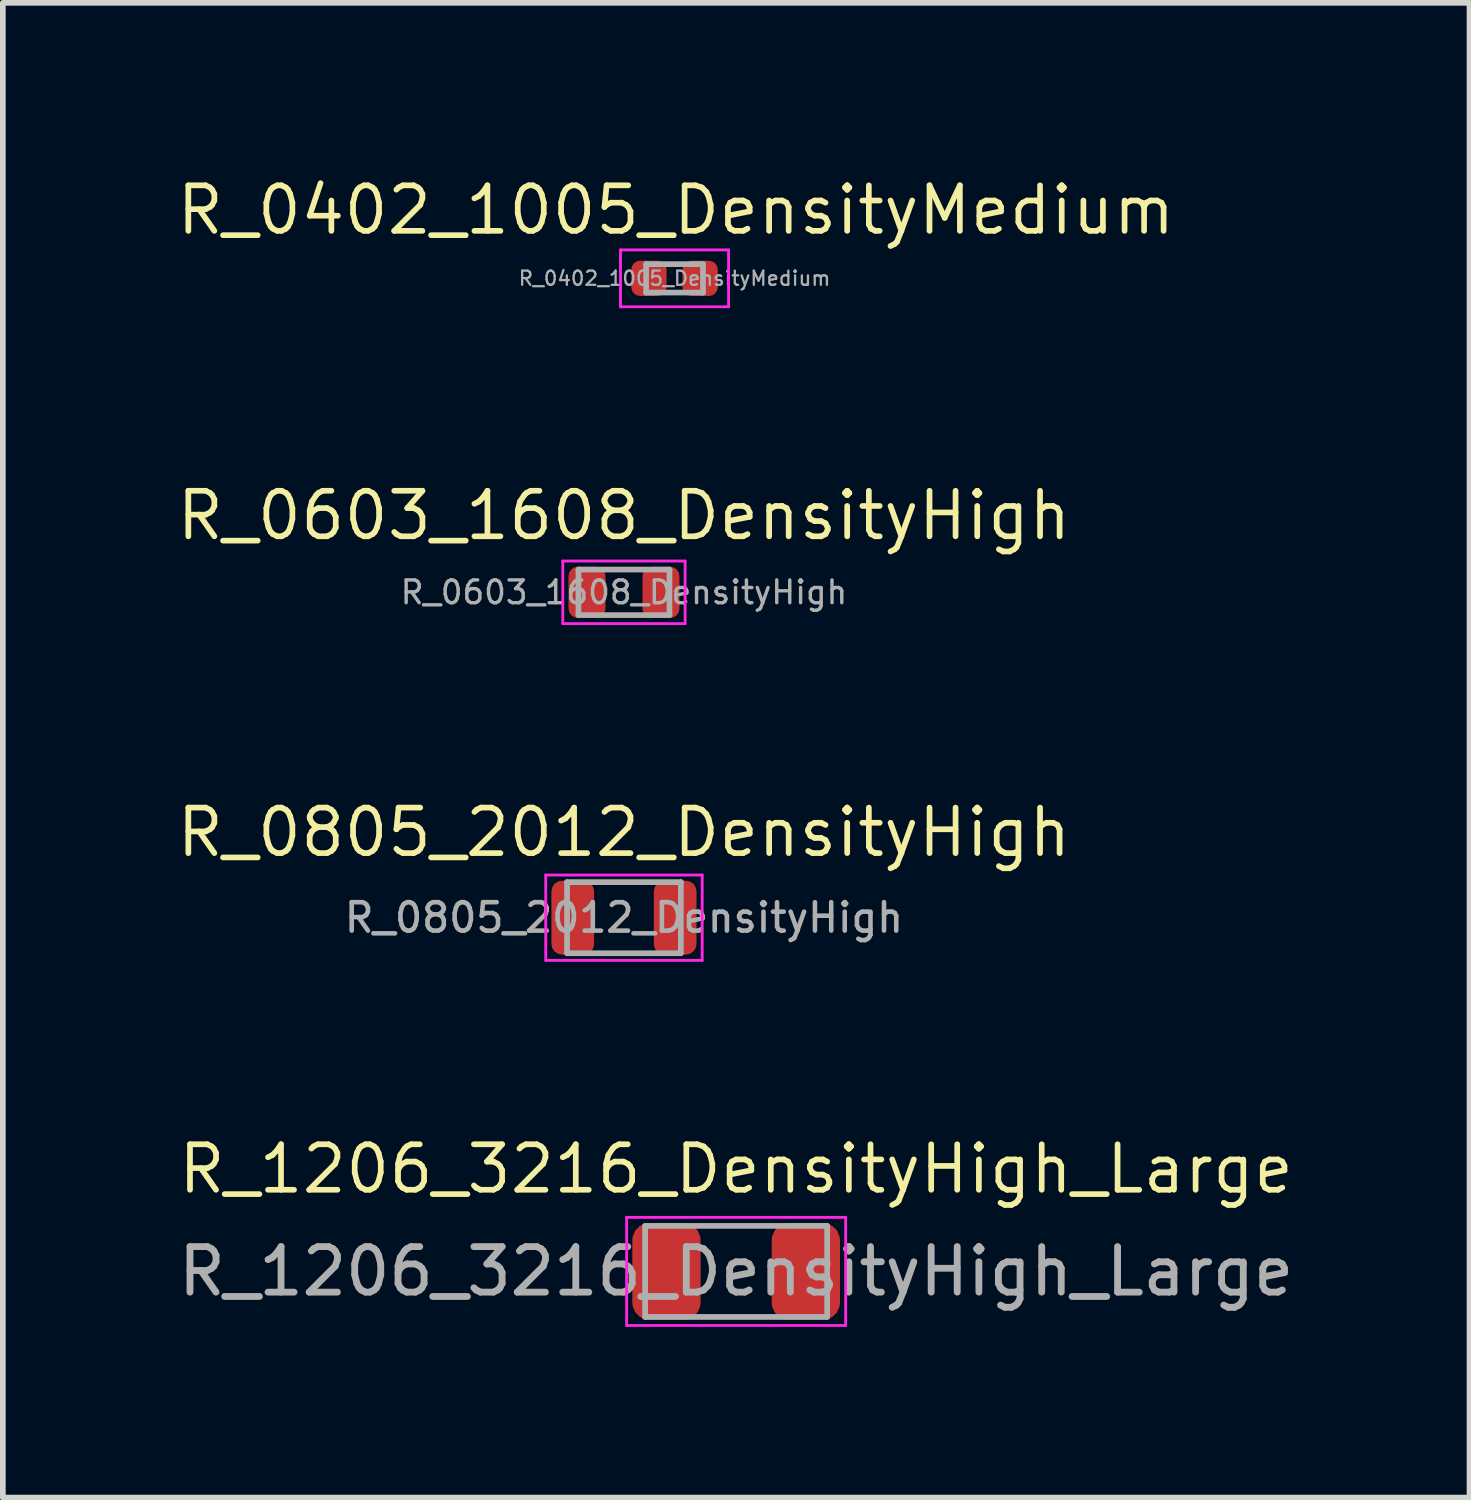
<source format=kicad_pcb>
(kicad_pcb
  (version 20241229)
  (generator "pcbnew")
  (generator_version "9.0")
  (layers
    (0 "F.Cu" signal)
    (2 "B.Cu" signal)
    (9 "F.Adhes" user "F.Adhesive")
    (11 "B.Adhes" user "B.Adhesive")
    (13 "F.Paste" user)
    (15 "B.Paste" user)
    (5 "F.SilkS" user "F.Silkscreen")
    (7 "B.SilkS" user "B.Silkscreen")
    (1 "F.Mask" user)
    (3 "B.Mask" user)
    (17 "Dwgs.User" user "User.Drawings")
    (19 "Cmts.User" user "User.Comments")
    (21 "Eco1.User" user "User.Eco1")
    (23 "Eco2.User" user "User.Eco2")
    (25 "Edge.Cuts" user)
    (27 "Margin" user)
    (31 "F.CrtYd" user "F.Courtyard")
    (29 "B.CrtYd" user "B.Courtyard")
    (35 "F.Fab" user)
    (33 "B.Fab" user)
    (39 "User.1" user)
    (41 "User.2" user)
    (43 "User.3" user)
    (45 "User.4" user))
  (footprint "R_0402_1005_DensityMedium"
    (layer "F.Cu")
    (at 8.807 1.843)
    (property "Reference" "R_0402_1005_DensityMedium" (at 0.025 -1.2 0) (unlocked yes) (layer "F.SilkS") (effects (font (size 0.8 0.8) (thickness 0.1))))
    (attr smd)
    (fp_line (start -0.95 -0.5) (end 0.95 -0.5) (stroke (width 0.05) (type solid)) (layer "F.CrtYd"))
    (fp_line (start -0.95 0.5) (end -0.95 -0.5) (stroke (width 0.05) (type solid)) (layer "F.CrtYd"))
    (fp_line (start 0.95 -0.5) (end 0.95 0.5) (stroke (width 0.05) (type solid)) (layer "F.CrtYd"))
    (fp_line (start 0.95 0.5) (end -0.95 0.5) (stroke (width 0.05) (type solid)) (layer "F.CrtYd"))
    (fp_line (start -0.5 -0.25) (end 0.5 -0.25) (stroke (width 0.1) (type solid)) (layer "F.Fab"))
    (fp_line (start -0.5 0.25) (end -0.5 -0.25) (stroke (width 0.1) (type solid)) (layer "F.Fab"))
    (fp_line (start 0.5 -0.25) (end 0.5 0.25) (stroke (width 0.1) (type solid)) (layer "F.Fab"))
    (fp_line (start 0.5 0.25) (end -0.5 0.25) (stroke (width 0.1) (type solid)) (layer "F.Fab"))
    (fp_text user "${REFERENCE}" (at 0 0 0) (layer "F.Fab") (effects (font (size 0.25 0.25) (thickness 0.04))))
    (pad "1" smd roundrect (at -0.45 0) (size 0.62 0.62) (layers "F.Cu" "F.Mask" "F.Paste") (roundrect_rratio 0.25))
    (pad "2" smd roundrect (at 0.45 0) (size 0.62 0.62) (layers "F.Cu" "F.Mask" "F.Paste") (roundrect_rratio 0.25)))
  (footprint "R_0805_2012_DensityHigh"
    (layer "F.Cu")
    (at 7.918 13.081)
    (property "Reference" "R_0805_2012_DensityHigh" (at 0 -1.5 0) (layer "F.SilkS") (effects (font (size 0.8 0.8) (thickness 0.1))))
    (attr smd)
    (fp_line (start -1.375 -0.75) (end 1.375 -0.75) (stroke (width 0.05) (type solid)) (layer "F.CrtYd"))
    (fp_line (start -1.375 0.75) (end -1.375 -0.75) (stroke (width 0.05) (type solid)) (layer "F.CrtYd"))
    (fp_line (start 1.375 -0.75) (end 1.375 0.75) (stroke (width 0.05) (type solid)) (layer "F.CrtYd"))
    (fp_line (start 1.375 0.75) (end -1.375 0.75) (stroke (width 0.05) (type solid)) (layer "F.CrtYd"))
    (fp_line (start -1 -0.625) (end 1 -0.625) (stroke (width 0.1) (type solid)) (layer "F.Fab"))
    (fp_line (start -1 0.625) (end -1 -0.625) (stroke (width 0.1) (type solid)) (layer "F.Fab"))
    (fp_line (start 1 -0.625) (end 1 0.625) (stroke (width 0.1) (type solid)) (layer "F.Fab"))
    (fp_line (start 1 0.625) (end -1 0.625) (stroke (width 0.1) (type solid)) (layer "F.Fab"))
    (fp_text user "${REFERENCE}" (at 0 0 0) (layer "F.Fab") (effects (font (size 0.5 0.5) (thickness 0.08))))
    (pad "1" smd roundrect (at -0.9 0) (size 0.75 1.3) (layers "F.Cu" "F.Mask" "F.Paste") (roundrect_rratio 0.25))
    (pad "2" smd roundrect (at 0.9 0) (size 0.75 1.3) (layers "F.Cu" "F.Mask" "F.Paste") (roundrect_rratio 0.25)))
  (footprint "R_1206_3216_DensityHigh_Large"
    (layer "F.Cu")
    (at 9.89 19.299)
    (property "Reference" "R_1206_3216_DensityHigh_Large" (at 0 -1.8 0) (unlocked yes) (layer "F.SilkS") (effects (font (size 0.8 0.8) (thickness 0.1))))
    (attr smd)
    (fp_line (start -1.925 -0.95) (end 1.925 -0.95) (stroke (width 0.05) (type solid)) (layer "F.CrtYd"))
    (fp_line (start -1.925 0.95) (end -1.925 -0.95) (stroke (width 0.05) (type solid)) (layer "F.CrtYd"))
    (fp_line (start 1.925 -0.95) (end 1.925 0.95) (stroke (width 0.05) (type solid)) (layer "F.CrtYd"))
    (fp_line (start 1.925 0.95) (end -1.925 0.95) (stroke (width 0.05) (type solid)) (layer "F.CrtYd"))
    (fp_line (start -1.6 -0.8) (end 1.6 -0.8) (stroke (width 0.1) (type solid)) (layer "F.Fab"))
    (fp_line (start -1.6 0.8) (end -1.6 -0.8) (stroke (width 0.1) (type solid)) (layer "F.Fab"))
    (fp_line (start 1.6 -0.8) (end 1.6 0.8) (stroke (width 0.1) (type solid)) (layer "F.Fab"))
    (fp_line (start 1.6 0.8) (end -1.6 0.8) (stroke (width 0.1) (type solid)) (layer "F.Fab"))
    (fp_text user "${REFERENCE}" (at 0 0 0) (layer "F.Fab") (effects (font (size 0.8 0.8) (thickness 0.12))))
    (pad "1" smd roundrect (at -1.225 0) (size 1.2 1.7) (layers "F.Cu" "F.Mask" "F.Paste") (roundrect_rratio 0.25))
    (pad "2" smd roundrect (at 1.225 0) (size 1.2 1.7) (layers "F.Cu" "F.Mask" "F.Paste") (roundrect_rratio 0.25)))
  (footprint "R_0603_1608_DensityHigh"
    (layer "F.Cu")
    (at 7.918 7.362)
    (property "Reference" "R_0603_1608_DensityHigh" (at 0 -1.35 0) (layer "F.SilkS") (effects (font (size 0.8 0.8) (thickness 0.1))))
    (attr smd)
    (fp_line (start -1.075 -0.55) (end 1.075 -0.55) (stroke (width 0.05) (type solid)) (layer "F.CrtYd"))
    (fp_line (start -1.075 0.55) (end -1.075 -0.55) (stroke (width 0.05) (type solid)) (layer "F.CrtYd"))
    (fp_line (start 1.075 -0.55) (end 1.075 0.55) (stroke (width 0.05) (type solid)) (layer "F.CrtYd"))
    (fp_line (start 1.075 0.55) (end -1.075 0.55) (stroke (width 0.05) (type solid)) (layer "F.CrtYd"))
    (fp_line (start -0.8 -0.4) (end 0.8 -0.4) (stroke (width 0.1) (type solid)) (layer "F.Fab"))
    (fp_line (start -0.8 0.4) (end -0.8 -0.4) (stroke (width 0.1) (type solid)) (layer "F.Fab"))
    (fp_line (start 0.8 -0.4) (end 0.8 0.4) (stroke (width 0.1) (type solid)) (layer "F.Fab"))
    (fp_line (start 0.8 0.4) (end -0.8 0.4) (stroke (width 0.1) (type solid)) (layer "F.Fab"))
    (fp_text user "${REFERENCE}" (at 0 0 0) (layer "F.Fab") (effects (font (size 0.4 0.4) (thickness 0.06))))
    (pad "1" smd roundrect (at -0.65 0) (size 0.65 0.9) (layers "F.Cu" "F.Mask" "F.Paste") (roundrect_rratio 0.25))
    (pad "2" smd roundrect (at 0.65 0) (size 0.65 0.9) (layers "F.Cu" "F.Mask" "F.Paste") (roundrect_rratio 0.25)))
  (gr_rect
    (start -3 -3)
    (end 22.781 23.274)
    (stroke (width 0.1) (type default))
    (fill no)
    (layer "Edge.Cuts")))
</source>
